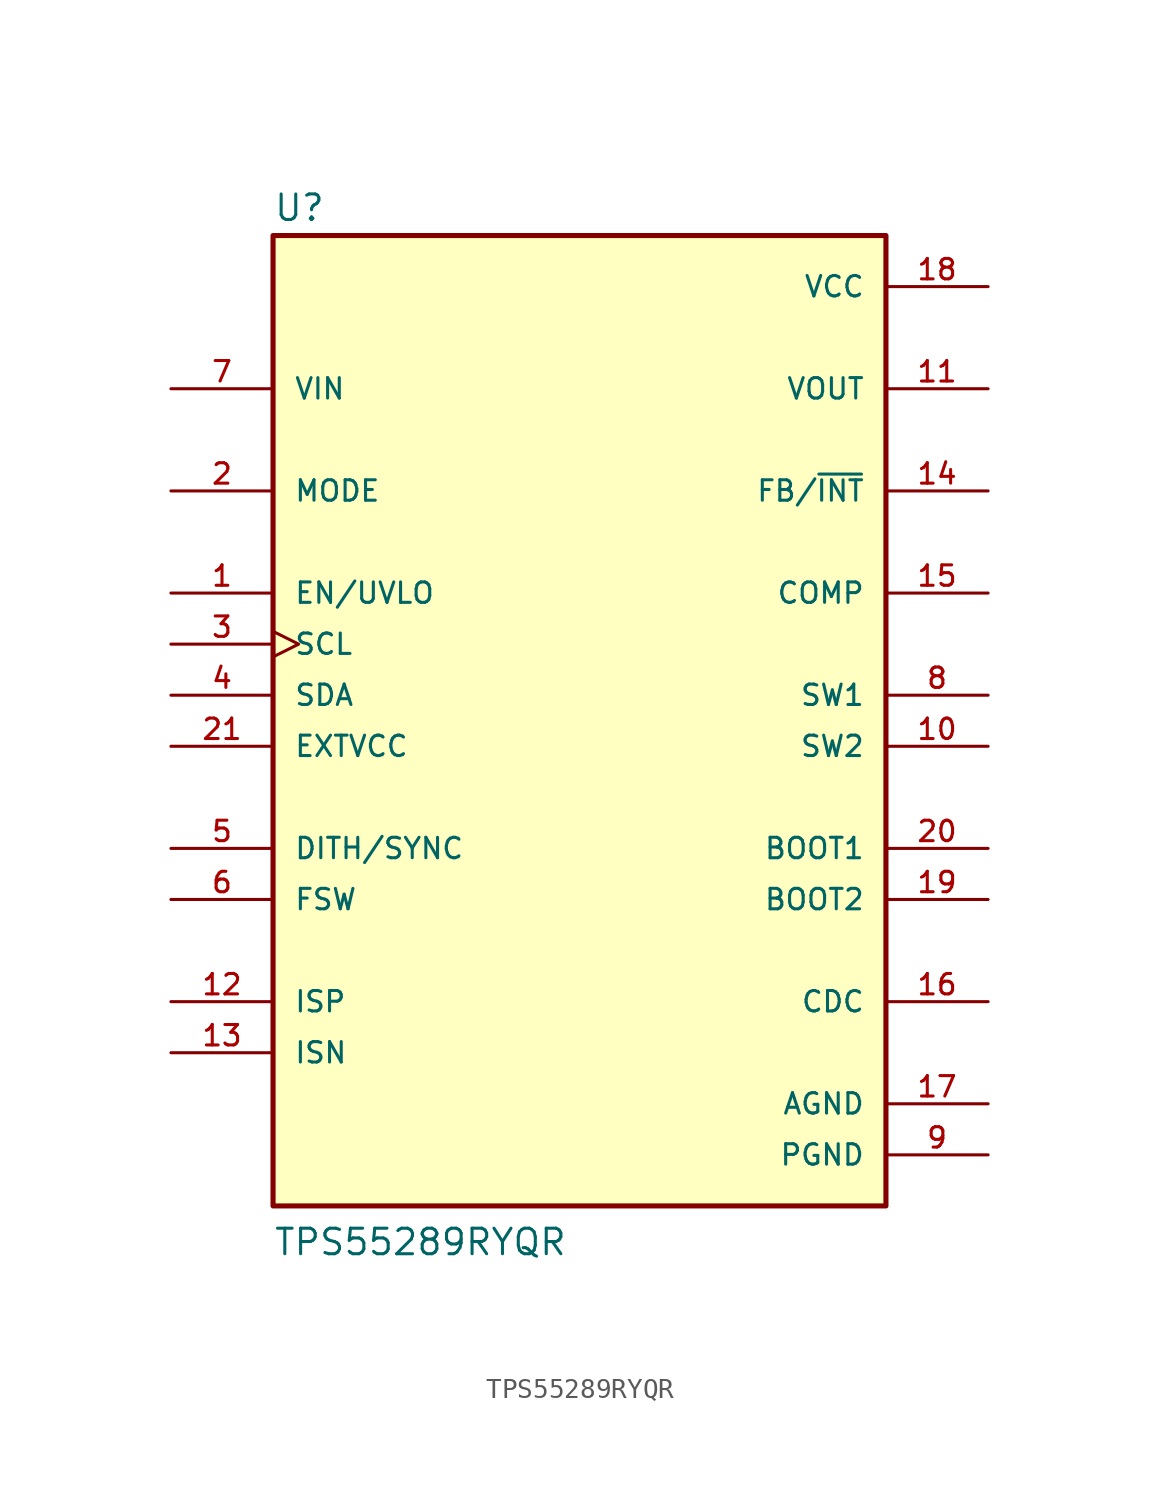
<source format=kicad_sym>
(kicad_symbol_lib
  (version 20211014)
  (generator kicad_symbol_editor)
  (symbol "TPS55289RYQR"
    (pin_names
      (offset 1.016))
    (property "Reference" "U"
      (at -15.24 23.495 0)
      (effects (font (size 1.27 1.27)) (justify bottom left)))
    (property "Value" "TPS55289RYQR"
      (at -15.24 -27.94 0)
      (effects (font (size 1.27 1.27)) (justify bottom left)))
    (symbol "TPS55289RYQR_0_0"
      (rectangle (start -15.24 -25.4) (end 15.24 22.86) (stroke (width 0.254)) (fill (type background)))
      (pin input line (at -20.32 5.08 0) (length 5.08) (name "EN/UVLO" (effects (font (size 1.016 1.016)))) (number "1" (effects (font (size 1.016 1.016)))))
      (pin input line (at -20.32 10.16 0) (length 5.08) (name "MODE" (effects (font (size 1.016 1.016)))) (number "2" (effects (font (size 1.016 1.016)))))
      (pin input clock (at -20.32 2.54 0) (length 5.08) (name "SCL" (effects (font (size 1.016 1.016)))) (number "3" (effects (font (size 1.016 1.016)))))
      (pin bidirectional line (at -20.32 0.0 0) (length 5.08) (name "SDA" (effects (font (size 1.016 1.016)))) (number "4" (effects (font (size 1.016 1.016)))))
      (pin power_in line (at 20.32 -22.86 180.0) (length 5.08) (name "PGND" (effects (font (size 1.016 1.016)))) (number "9" (effects (font (size 1.016 1.016)))))
      (pin power_in line (at 20.32 -20.32 180.0) (length 5.08) (name "AGND" (effects (font (size 1.016 1.016)))) (number "17" (effects (font (size 1.016 1.016)))))
      (pin power_in line (at 20.32 20.32 180.0) (length 5.08) (name "VCC" (effects (font (size 1.016 1.016)))) (number "18" (effects (font (size 1.016 1.016)))))
      (pin input line (at -20.32 -7.62 0) (length 5.08) (name "DITH/SYNC" (effects (font (size 1.016 1.016)))) (number "5" (effects (font (size 1.016 1.016)))))
      (pin input line (at -20.32 -10.16 0) (length 5.08) (name "FSW" (effects (font (size 1.016 1.016)))) (number "6" (effects (font (size 1.016 1.016)))))
      (pin input line (at -20.32 15.24 0) (length 5.08) (name "VIN" (effects (font (size 1.016 1.016)))) (number "7" (effects (font (size 1.016 1.016)))))
      (pin passive line (at 20.32 0.0 180.0) (length 5.08) (name "SW1" (effects (font (size 1.016 1.016)))) (number "8" (effects (font (size 1.016 1.016)))))
      (pin passive line (at 20.32 -2.54 180.0) (length 5.08) (name "SW2" (effects (font (size 1.016 1.016)))) (number "10" (effects (font (size 1.016 1.016)))))
      (pin output line (at 20.32 15.24 180.0) (length 5.08) (name "VOUT" (effects (font (size 1.016 1.016)))) (number "11" (effects (font (size 1.016 1.016)))))
      (pin input line (at -20.32 -15.24 0) (length 5.08) (name "ISP" (effects (font (size 1.016 1.016)))) (number "12" (effects (font (size 1.016 1.016)))))
      (pin input line (at -20.32 -17.78 0) (length 5.08) (name "ISN" (effects (font (size 1.016 1.016)))) (number "13" (effects (font (size 1.016 1.016)))))
      (pin bidirectional line (at 20.32 10.16 180.0) (length 5.08) (name "FB/~{INT}" (effects (font (size 1.016 1.016)))) (number "14" (effects (font (size 1.016 1.016)))))
      (pin output line (at 20.32 5.08 180.0) (length 5.08) (name "COMP" (effects (font (size 1.016 1.016)))) (number "15" (effects (font (size 1.016 1.016)))))
      (pin output line (at 20.32 -15.24 180.0) (length 5.08) (name "CDC" (effects (font (size 1.016 1.016)))) (number "16" (effects (font (size 1.016 1.016)))))
      (pin output line (at 20.32 -10.16 180.0) (length 5.08) (name "BOOT2" (effects (font (size 1.016 1.016)))) (number "19" (effects (font (size 1.016 1.016)))))
      (pin output line (at 20.32 -7.62 180.0) (length 5.08) (name "BOOT1" (effects (font (size 1.016 1.016)))) (number "20" (effects (font (size 1.016 1.016)))))
      (pin input line (at -20.32 -2.54 0) (length 5.08) (name "EXTVCC" (effects (font (size 1.016 1.016)))) (number "21" (effects (font (size 1.016 1.016))))))))
</source>
